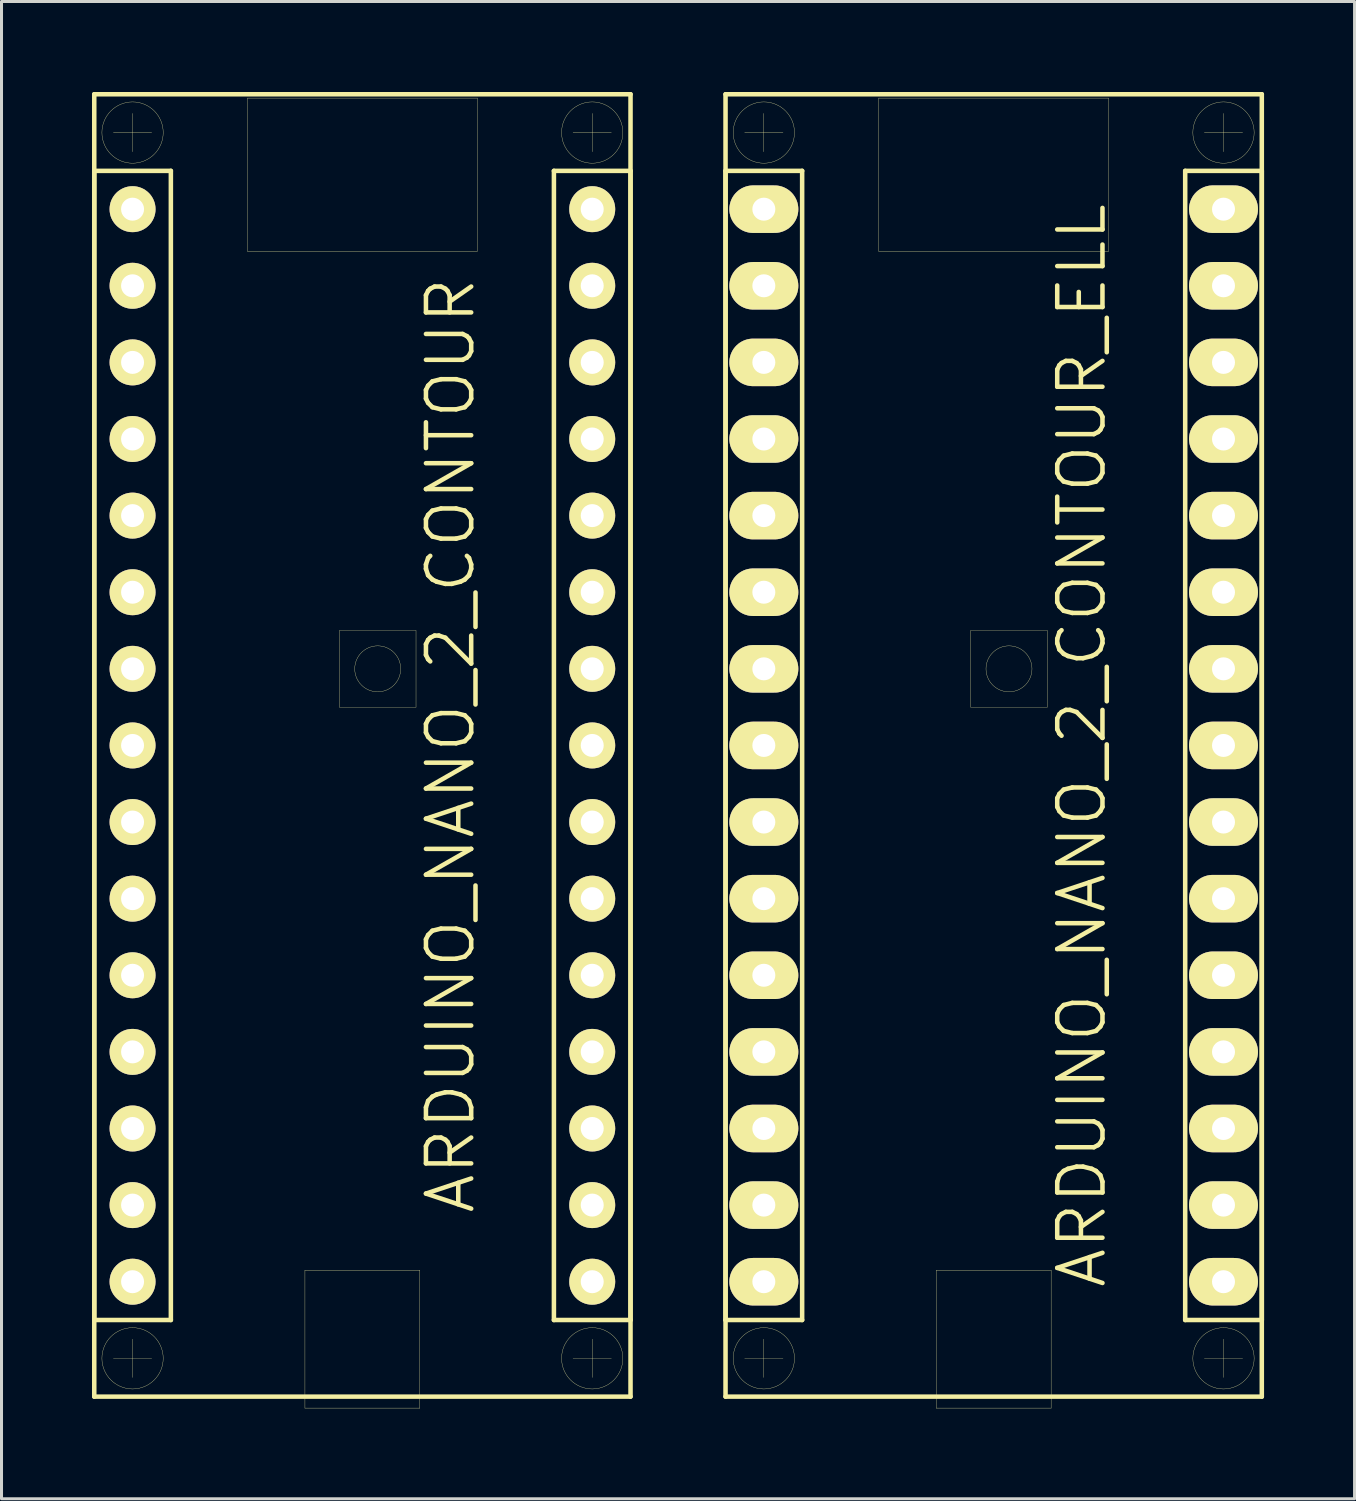
<source format=kicad_pcb>
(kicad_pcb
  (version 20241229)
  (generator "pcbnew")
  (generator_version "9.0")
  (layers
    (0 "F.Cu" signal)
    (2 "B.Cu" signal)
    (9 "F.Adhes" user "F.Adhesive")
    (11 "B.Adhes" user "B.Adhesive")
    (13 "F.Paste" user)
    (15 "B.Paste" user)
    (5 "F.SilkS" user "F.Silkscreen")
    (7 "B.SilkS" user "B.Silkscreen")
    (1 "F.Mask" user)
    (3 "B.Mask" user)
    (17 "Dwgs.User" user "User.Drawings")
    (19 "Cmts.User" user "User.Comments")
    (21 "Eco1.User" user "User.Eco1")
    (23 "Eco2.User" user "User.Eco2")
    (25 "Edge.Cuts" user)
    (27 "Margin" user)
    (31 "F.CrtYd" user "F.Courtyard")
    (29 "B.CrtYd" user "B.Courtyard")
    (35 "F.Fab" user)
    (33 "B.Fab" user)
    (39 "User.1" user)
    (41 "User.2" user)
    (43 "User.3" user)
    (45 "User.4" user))
  (footprint "ARDUINO_NANO_2_CONTOUR_ELL"
    (layer "F.Cu")
    (at 29.895 21.665)
    (property "Reference" "ARDUINO_NANO_2_CONTOUR_ELL" (at 2.921 0 90) (layer "F.SilkS") (effects (font (size 1.5 1.5) (thickness 0.15))))
    (attr through_hole)
    (fp_line (start -8.89 -21.59) (end -8.89 21.59) (stroke (width 0.15) (type solid)) (layer "F.SilkS"))
    (fp_line (start -8.89 -19.05) (end -8.89 19.05) (stroke (width 0.15) (type solid)) (layer "F.SilkS"))
    (fp_line (start -8.89 19.05) (end -6.35 19.05) (stroke (width 0.15) (type solid)) (layer "F.SilkS"))
    (fp_line (start -8.89 21.59) (end 8.89 21.59) (stroke (width 0.15) (type solid)) (layer "F.SilkS"))
    (fp_line (start -8.255 -20.32) (end -6.985 -20.32) (stroke (width 0.01) (type solid)) (layer "F.SilkS"))
    (fp_line (start -8.255 20.32) (end -6.985 20.32) (stroke (width 0.01) (type solid)) (layer "F.SilkS"))
    (fp_line (start -7.62 -20.955) (end -7.62 -19.685) (stroke (width 0.01) (type solid)) (layer "F.SilkS"))
    (fp_line (start -7.62 19.685) (end -7.62 20.955) (stroke (width 0.01) (type solid)) (layer "F.SilkS"))
    (fp_line (start -6.35 -19.05) (end -8.89 -19.05) (stroke (width 0.15) (type solid)) (layer "F.SilkS"))
    (fp_line (start -6.35 19.05) (end -6.35 -19.05) (stroke (width 0.15) (type solid)) (layer "F.SilkS"))
    (fp_line (start -3.81 -21.463) (end 3.81 -21.463) (stroke (width 0.01) (type solid)) (layer "F.SilkS"))
    (fp_line (start -3.81 -16.383) (end -3.81 -21.463) (stroke (width 0.01) (type solid)) (layer "F.SilkS"))
    (fp_line (start -1.905 17.399) (end 1.905 17.399) (stroke (width 0.01) (type solid)) (layer "F.SilkS"))
    (fp_line (start -1.905 21.971) (end -1.905 17.399) (stroke (width 0.01) (type solid)) (layer "F.SilkS"))
    (fp_line (start -0.762 -3.81) (end -0.762 -1.27) (stroke (width 0.01) (type solid)) (layer "F.SilkS"))
    (fp_line (start -0.762 -1.27) (end 1.778 -1.27) (stroke (width 0.01) (type solid)) (layer "F.SilkS"))
    (fp_line (start 1.778 -3.81) (end -0.762 -3.81) (stroke (width 0.01) (type solid)) (layer "F.SilkS"))
    (fp_line (start 1.778 -1.27) (end 1.778 -3.81) (stroke (width 0.01) (type solid)) (layer "F.SilkS"))
    (fp_line (start 1.905 17.399) (end 1.905 21.971) (stroke (width 0.01) (type solid)) (layer "F.SilkS"))
    (fp_line (start 1.905 21.971) (end -1.905 21.971) (stroke (width 0.01) (type solid)) (layer "F.SilkS"))
    (fp_line (start 3.81 -21.463) (end 3.81 -16.383) (stroke (width 0.01) (type solid)) (layer "F.SilkS"))
    (fp_line (start 3.81 -16.383) (end -3.81 -16.383) (stroke (width 0.01) (type solid)) (layer "F.SilkS"))
    (fp_line (start 6.35 -19.05) (end 8.89 -19.05) (stroke (width 0.15) (type solid)) (layer "F.SilkS"))
    (fp_line (start 6.35 19.05) (end 6.35 -19.05) (stroke (width 0.15) (type solid)) (layer "F.SilkS"))
    (fp_line (start 6.985 -20.32) (end 8.255 -20.32) (stroke (width 0.01) (type solid)) (layer "F.SilkS"))
    (fp_line (start 6.985 20.32) (end 8.255 20.32) (stroke (width 0.01) (type solid)) (layer "F.SilkS"))
    (fp_line (start 7.62 -20.955) (end 7.62 -19.685) (stroke (width 0.01) (type solid)) (layer "F.SilkS"))
    (fp_line (start 7.62 19.685) (end 7.62 20.955) (stroke (width 0.01) (type solid)) (layer "F.SilkS"))
    (fp_line (start 8.89 -21.59) (end -8.89 -21.59) (stroke (width 0.15) (type solid)) (layer "F.SilkS"))
    (fp_line (start 8.89 -19.05) (end 8.89 19.05) (stroke (width 0.15) (type solid)) (layer "F.SilkS"))
    (fp_line (start 8.89 19.05) (end 6.35 19.05) (stroke (width 0.15) (type solid)) (layer "F.SilkS"))
    (fp_line (start 8.89 21.59) (end 8.89 -21.59) (stroke (width 0.15) (type solid)) (layer "F.SilkS"))
    (fp_circle (center -7.62 -20.32) (end -6.604 -20.32) (stroke (width 0.01) (type solid)) (fill no) (layer "F.SilkS"))
    (fp_circle (center -7.62 20.32) (end -6.604 20.32) (stroke (width 0.01) (type solid)) (fill no) (layer "F.SilkS"))
    (fp_circle (center 0.508 -2.54) (end -0.254 -2.54) (stroke (width 0.01) (type solid)) (fill no) (layer "F.SilkS"))
    (fp_circle (center 7.62 -20.32) (end 8.636 -20.32) (stroke (width 0.01) (type solid)) (fill no) (layer "F.SilkS"))
    (fp_circle (center 7.62 20.32) (end 8.636 20.32) (stroke (width 0.01) (type solid)) (fill no) (layer "F.SilkS"))
    (pad "0" thru_hole oval (at -7.62 -15.24) (size 2.286 1.575) (drill 0.762) (layers "*.Cu" "*.Mask" "F.SilkS"))
    (pad "1" thru_hole oval (at -7.62 -17.78) (size 2.286 1.575) (drill 0.762) (layers "*.Cu" "*.Mask" "F.SilkS"))
    (pad "2" thru_hole oval (at -7.62 -7.62) (size 2.286 1.575) (drill 0.762) (layers "*.Cu" "*.Mask" "F.SilkS"))
    (pad "3" thru_hole oval (at -7.62 -5.08) (size 2.286 1.575) (drill 0.762) (layers "*.Cu" "*.Mask" "F.SilkS"))
    (pad "3V3" thru_hole oval (at 7.62 15.24) (size 2.286 1.575) (drill 0.762) (layers "*.Cu" "*.Mask" "F.SilkS"))
    (pad "4" thru_hole oval (at -7.62 -2.54) (size 2.286 1.575) (drill 0.762) (layers "*.Cu" "*.Mask" "F.SilkS"))
    (pad "5" thru_hole oval (at -7.62 0) (size 2.286 1.575) (drill 0.762) (layers "*.Cu" "*.Mask" "F.SilkS"))
    (pad "5V" thru_hole oval (at 7.62 -10.16) (size 2.286 1.575) (drill 0.762) (layers "*.Cu" "*.Mask" "F.SilkS"))
    (pad "6" thru_hole oval (at -7.62 2.54) (size 2.286 1.575) (drill 0.762) (layers "*.Cu" "*.Mask" "F.SilkS"))
    (pad "7" thru_hole oval (at -7.62 5.08) (size 2.286 1.575) (drill 0.762) (layers "*.Cu" "*.Mask" "F.SilkS"))
    (pad "8" thru_hole oval (at -7.62 7.62) (size 2.286 1.575) (drill 0.762) (layers "*.Cu" "*.Mask" "F.SilkS"))
    (pad "9" thru_hole oval (at -7.62 10.16) (size 2.286 1.575) (drill 0.762) (layers "*.Cu" "*.Mask" "F.SilkS"))
    (pad "10" thru_hole oval (at -7.62 12.7) (size 2.286 1.575) (drill 0.762) (layers "*.Cu" "*.Mask" "F.SilkS"))
    (pad "11" thru_hole oval (at -7.62 15.24) (size 2.286 1.575) (drill 0.762) (layers "*.Cu" "*.Mask" "F.SilkS"))
    (pad "12" thru_hole oval (at -7.62 17.78) (size 2.286 1.575) (drill 0.762) (layers "*.Cu" "*.Mask" "F.SilkS"))
    (pad "13" thru_hole oval (at 7.62 17.78) (size 2.286 1.575) (drill 0.762) (layers "*.Cu" "*.Mask" "F.SilkS"))
    (pad "A0" thru_hole oval (at 7.62 10.16) (size 2.286 1.575) (drill 0.762) (layers "*.Cu" "*.Mask" "F.SilkS"))
    (pad "A1" thru_hole oval (at 7.62 7.62) (size 2.286 1.575) (drill 0.762) (layers "*.Cu" "*.Mask" "F.SilkS"))
    (pad "A2" thru_hole oval (at 7.62 5.08) (size 2.286 1.575) (drill 0.762) (layers "*.Cu" "*.Mask" "F.SilkS"))
    (pad "A3" thru_hole oval (at 7.62 2.54) (size 2.286 1.575) (drill 0.762) (layers "*.Cu" "*.Mask" "F.SilkS"))
    (pad "A4" thru_hole oval (at 7.62 0) (size 2.286 1.575) (drill 0.762) (layers "*.Cu" "*.Mask" "F.SilkS"))
    (pad "A5" thru_hole oval (at 7.62 -2.54) (size 2.286 1.575) (drill 0.762) (layers "*.Cu" "*.Mask" "F.SilkS"))
    (pad "A6" thru_hole oval (at 7.62 -5.08) (size 2.286 1.575) (drill 0.762) (layers "*.Cu" "*.Mask" "F.SilkS"))
    (pad "A7" thru_hole oval (at 7.62 -7.62) (size 2.286 1.575) (drill 0.762) (layers "*.Cu" "*.Mask" "F.SilkS"))
    (pad "AREF" thru_hole oval (at 7.62 12.7) (size 2.286 1.575) (drill 0.762) (layers "*.Cu" "*.Mask" "F.SilkS"))
    (pad "GND1" thru_hole oval (at -7.62 -10.16) (size 2.286 1.575) (drill 0.762) (layers "*.Cu" "*.Mask" "F.SilkS"))
    (pad "GND2" thru_hole oval (at 7.62 -15.24) (size 2.286 1.575) (drill 0.762) (layers "*.Cu" "*.Mask" "F.SilkS"))
    (pad "RST1" thru_hole oval (at -7.62 -12.7) (size 2.286 1.575) (drill 0.762) (layers "*.Cu" "*.Mask" "F.SilkS"))
    (pad "RST2" thru_hole oval (at 7.62 -12.7) (size 2.286 1.575) (drill 0.762) (layers "*.Cu" "*.Mask" "F.SilkS"))
    (pad "VIN" thru_hole oval (at 7.62 -17.78) (size 2.286 1.575) (drill 0.762) (layers "*.Cu" "*.Mask" "F.SilkS")))
  (footprint "ARDUINO_NANO_2_CONTOUR"
    (layer "F.Cu")
    (at 8.965 21.665)
    (property "Reference" "ARDUINO_NANO_2_CONTOUR" (at 2.921 0 90) (layer "F.SilkS") (effects (font (size 1.5 1.5) (thickness 0.15))))
    (attr through_hole)
    (fp_line (start -8.89 -21.59) (end -8.89 21.59) (stroke (width 0.15) (type solid)) (layer "F.SilkS"))
    (fp_line (start -8.89 -19.05) (end -8.89 19.05) (stroke (width 0.15) (type solid)) (layer "F.SilkS"))
    (fp_line (start -8.89 19.05) (end -6.35 19.05) (stroke (width 0.15) (type solid)) (layer "F.SilkS"))
    (fp_line (start -8.89 21.59) (end 8.89 21.59) (stroke (width 0.15) (type solid)) (layer "F.SilkS"))
    (fp_line (start -8.255 -20.32) (end -6.985 -20.32) (stroke (width 0.01) (type solid)) (layer "F.SilkS"))
    (fp_line (start -8.255 20.32) (end -6.985 20.32) (stroke (width 0.01) (type solid)) (layer "F.SilkS"))
    (fp_line (start -7.62 -20.955) (end -7.62 -19.685) (stroke (width 0.01) (type solid)) (layer "F.SilkS"))
    (fp_line (start -7.62 19.685) (end -7.62 20.955) (stroke (width 0.01) (type solid)) (layer "F.SilkS"))
    (fp_line (start -6.35 -19.05) (end -8.89 -19.05) (stroke (width 0.15) (type solid)) (layer "F.SilkS"))
    (fp_line (start -6.35 19.05) (end -6.35 -19.05) (stroke (width 0.15) (type solid)) (layer "F.SilkS"))
    (fp_line (start -3.81 -21.463) (end 3.81 -21.463) (stroke (width 0.01) (type solid)) (layer "F.SilkS"))
    (fp_line (start -3.81 -16.383) (end -3.81 -21.463) (stroke (width 0.01) (type solid)) (layer "F.SilkS"))
    (fp_line (start -1.905 17.399) (end 1.905 17.399) (stroke (width 0.01) (type solid)) (layer "F.SilkS"))
    (fp_line (start -1.905 21.971) (end -1.905 17.399) (stroke (width 0.01) (type solid)) (layer "F.SilkS"))
    (fp_line (start -0.762 -3.81) (end -0.762 -1.27) (stroke (width 0.01) (type solid)) (layer "F.SilkS"))
    (fp_line (start -0.762 -1.27) (end 1.778 -1.27) (stroke (width 0.01) (type solid)) (layer "F.SilkS"))
    (fp_line (start 1.778 -3.81) (end -0.762 -3.81) (stroke (width 0.01) (type solid)) (layer "F.SilkS"))
    (fp_line (start 1.778 -1.27) (end 1.778 -3.81) (stroke (width 0.01) (type solid)) (layer "F.SilkS"))
    (fp_line (start 1.905 17.399) (end 1.905 21.971) (stroke (width 0.01) (type solid)) (layer "F.SilkS"))
    (fp_line (start 1.905 21.971) (end -1.905 21.971) (stroke (width 0.01) (type solid)) (layer "F.SilkS"))
    (fp_line (start 3.81 -21.463) (end 3.81 -16.383) (stroke (width 0.01) (type solid)) (layer "F.SilkS"))
    (fp_line (start 3.81 -16.383) (end -3.81 -16.383) (stroke (width 0.01) (type solid)) (layer "F.SilkS"))
    (fp_line (start 6.35 -19.05) (end 8.89 -19.05) (stroke (width 0.15) (type solid)) (layer "F.SilkS"))
    (fp_line (start 6.35 19.05) (end 6.35 -19.05) (stroke (width 0.15) (type solid)) (layer "F.SilkS"))
    (fp_line (start 6.985 -20.32) (end 8.255 -20.32) (stroke (width 0.01) (type solid)) (layer "F.SilkS"))
    (fp_line (start 6.985 20.32) (end 8.255 20.32) (stroke (width 0.01) (type solid)) (layer "F.SilkS"))
    (fp_line (start 7.62 -20.955) (end 7.62 -19.685) (stroke (width 0.01) (type solid)) (layer "F.SilkS"))
    (fp_line (start 7.62 19.685) (end 7.62 20.955) (stroke (width 0.01) (type solid)) (layer "F.SilkS"))
    (fp_line (start 8.89 -21.59) (end -8.89 -21.59) (stroke (width 0.15) (type solid)) (layer "F.SilkS"))
    (fp_line (start 8.89 -19.05) (end 8.89 19.05) (stroke (width 0.15) (type solid)) (layer "F.SilkS"))
    (fp_line (start 8.89 19.05) (end 6.35 19.05) (stroke (width 0.15) (type solid)) (layer "F.SilkS"))
    (fp_line (start 8.89 21.59) (end 8.89 -21.59) (stroke (width 0.15) (type solid)) (layer "F.SilkS"))
    (fp_circle (center -7.62 -20.32) (end -6.604 -20.32) (stroke (width 0.01) (type solid)) (fill no) (layer "F.SilkS"))
    (fp_circle (center -7.62 20.32) (end -6.604 20.32) (stroke (width 0.01) (type solid)) (fill no) (layer "F.SilkS"))
    (fp_circle (center 0.508 -2.54) (end -0.254 -2.54) (stroke (width 0.01) (type solid)) (fill no) (layer "F.SilkS"))
    (fp_circle (center 7.62 -20.32) (end 8.636 -20.32) (stroke (width 0.01) (type solid)) (fill no) (layer "F.SilkS"))
    (fp_circle (center 7.62 20.32) (end 8.636 20.32) (stroke (width 0.01) (type solid)) (fill no) (layer "F.SilkS"))
    (pad "0" thru_hole circle (at -7.62 -15.24) (size 1.524 1.524) (drill 0.762) (layers "*.Cu" "*.Mask" "F.SilkS"))
    (pad "1" thru_hole circle (at -7.62 -17.78) (size 1.524 1.524) (drill 0.762) (layers "*.Cu" "*.Mask" "F.SilkS"))
    (pad "2" thru_hole circle (at -7.62 -7.62) (size 1.524 1.524) (drill 0.762) (layers "*.Cu" "*.Mask" "F.SilkS"))
    (pad "3" thru_hole circle (at -7.62 -5.08) (size 1.524 1.524) (drill 0.762) (layers "*.Cu" "*.Mask" "F.SilkS"))
    (pad "3V3" thru_hole circle (at 7.62 15.24) (size 1.524 1.524) (drill 0.762) (layers "*.Cu" "*.Mask" "F.SilkS"))
    (pad "4" thru_hole circle (at -7.62 -2.54) (size 1.524 1.524) (drill 0.762) (layers "*.Cu" "*.Mask" "F.SilkS"))
    (pad "5" thru_hole circle (at -7.62 0) (size 1.524 1.524) (drill 0.762) (layers "*.Cu" "*.Mask" "F.SilkS"))
    (pad "5V" thru_hole circle (at 7.62 -10.16) (size 1.524 1.524) (drill 0.762) (layers "*.Cu" "*.Mask" "F.SilkS"))
    (pad "6" thru_hole circle (at -7.62 2.54) (size 1.524 1.524) (drill 0.762) (layers "*.Cu" "*.Mask" "F.SilkS"))
    (pad "7" thru_hole circle (at -7.62 5.08) (size 1.524 1.524) (drill 0.762) (layers "*.Cu" "*.Mask" "F.SilkS"))
    (pad "8" thru_hole circle (at -7.62 7.62) (size 1.524 1.524) (drill 0.762) (layers "*.Cu" "*.Mask" "F.SilkS"))
    (pad "9" thru_hole circle (at -7.62 10.16) (size 1.524 1.524) (drill 0.762) (layers "*.Cu" "*.Mask" "F.SilkS"))
    (pad "10" thru_hole circle (at -7.62 12.7) (size 1.524 1.524) (drill 0.762) (layers "*.Cu" "*.Mask" "F.SilkS"))
    (pad "11" thru_hole circle (at -7.62 15.24) (size 1.524 1.524) (drill 0.762) (layers "*.Cu" "*.Mask" "F.SilkS"))
    (pad "12" thru_hole circle (at -7.62 17.78) (size 1.524 1.524) (drill 0.762) (layers "*.Cu" "*.Mask" "F.SilkS"))
    (pad "13" thru_hole circle (at 7.62 17.78) (size 1.524 1.524) (drill 0.762) (layers "*.Cu" "*.Mask" "F.SilkS"))
    (pad "A0" thru_hole circle (at 7.62 10.16) (size 1.524 1.524) (drill 0.762) (layers "*.Cu" "*.Mask" "F.SilkS"))
    (pad "A1" thru_hole circle (at 7.62 7.62) (size 1.524 1.524) (drill 0.762) (layers "*.Cu" "*.Mask" "F.SilkS"))
    (pad "A2" thru_hole circle (at 7.62 5.08) (size 1.524 1.524) (drill 0.762) (layers "*.Cu" "*.Mask" "F.SilkS"))
    (pad "A3" thru_hole circle (at 7.62 2.54) (size 1.524 1.524) (drill 0.762) (layers "*.Cu" "*.Mask" "F.SilkS"))
    (pad "A4" thru_hole circle (at 7.62 0) (size 1.524 1.524) (drill 0.762) (layers "*.Cu" "*.Mask" "F.SilkS"))
    (pad "A5" thru_hole circle (at 7.62 -2.54) (size 1.524 1.524) (drill 0.762) (layers "*.Cu" "*.Mask" "F.SilkS"))
    (pad "A6" thru_hole circle (at 7.62 -5.08) (size 1.524 1.524) (drill 0.762) (layers "*.Cu" "*.Mask" "F.SilkS"))
    (pad "A7" thru_hole circle (at 7.62 -7.62) (size 1.524 1.524) (drill 0.762) (layers "*.Cu" "*.Mask" "F.SilkS"))
    (pad "AREF" thru_hole circle (at 7.62 12.7) (size 1.524 1.524) (drill 0.762) (layers "*.Cu" "*.Mask" "F.SilkS"))
    (pad "GND1" thru_hole circle (at -7.62 -10.16) (size 1.524 1.524) (drill 0.762) (layers "*.Cu" "*.Mask" "F.SilkS"))
    (pad "GND2" thru_hole circle (at 7.62 -15.24) (size 1.524 1.524) (drill 0.762) (layers "*.Cu" "*.Mask" "F.SilkS"))
    (pad "RST1" thru_hole circle (at -7.62 -12.7) (size 1.524 1.524) (drill 0.762) (layers "*.Cu" "*.Mask" "F.SilkS"))
    (pad "RST2" thru_hole circle (at 7.62 -12.7) (size 1.524 1.524) (drill 0.762) (layers "*.Cu" "*.Mask" "F.SilkS"))
    (pad "VIN" thru_hole circle (at 7.62 -17.78) (size 1.524 1.524) (drill 0.762) (layers "*.Cu" "*.Mask" "F.SilkS")))
  (gr_rect
    (start -3 -3)
    (end 41.86 46.641)
    (stroke (width 0.1) (type default))
    (fill no)
    (layer "Edge.Cuts")))
</source>
